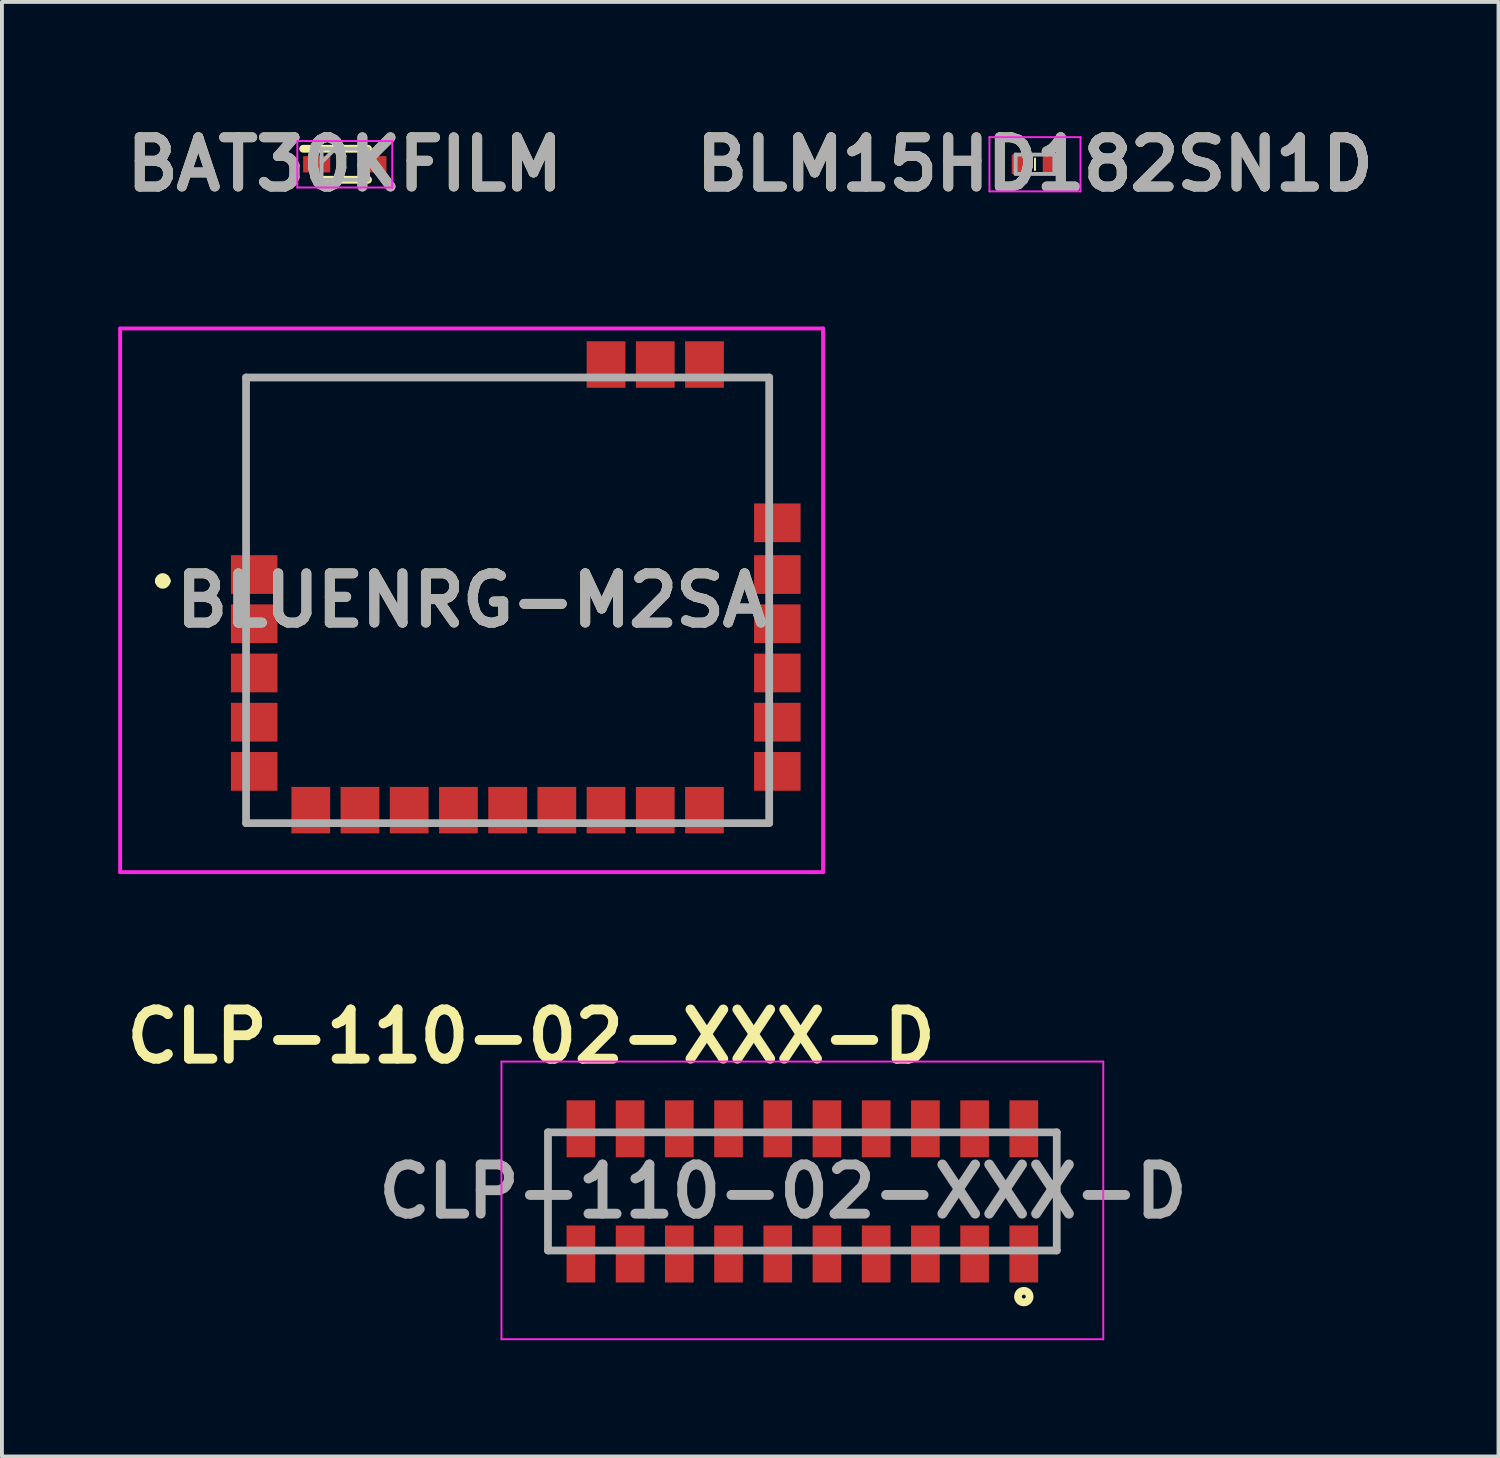
<source format=kicad_pcb>
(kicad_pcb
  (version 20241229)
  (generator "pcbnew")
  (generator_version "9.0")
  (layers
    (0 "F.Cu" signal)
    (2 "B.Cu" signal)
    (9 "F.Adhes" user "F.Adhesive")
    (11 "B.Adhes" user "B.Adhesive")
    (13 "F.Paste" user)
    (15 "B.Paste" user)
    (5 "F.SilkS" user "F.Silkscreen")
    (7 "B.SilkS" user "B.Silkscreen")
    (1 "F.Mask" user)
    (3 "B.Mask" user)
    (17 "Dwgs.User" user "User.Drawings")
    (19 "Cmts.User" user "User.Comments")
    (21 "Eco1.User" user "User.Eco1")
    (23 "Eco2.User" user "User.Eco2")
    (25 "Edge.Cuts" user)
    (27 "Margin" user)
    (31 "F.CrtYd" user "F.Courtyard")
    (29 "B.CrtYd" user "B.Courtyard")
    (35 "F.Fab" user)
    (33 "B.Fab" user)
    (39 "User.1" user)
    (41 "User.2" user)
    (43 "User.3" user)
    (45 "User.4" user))
  (footprint "BAT30KFILM"
    (layer "F.Cu")
    (at 5.848 1.189)
    (property "Reference" "BAT30KFILM" (at 0 0 0) (layer "F.SilkS") (effects (font (size 1.27 1.27) (thickness 0.254))))
    (attr smd)
    (fp_line (start -1.075 -0.4) (end 0.6 -0.4) (stroke (width 0.2) (type solid)) (layer "F.SilkS"))
    (fp_line (start -0.6 0.4) (end 0.6 0.4) (stroke (width 0.2) (type solid)) (layer "F.SilkS"))
    (fp_line (start -1.225 -0.6) (end 1.225 -0.6) (stroke (width 0.05) (type solid)) (layer "F.CrtYd"))
    (fp_line (start -1.225 0.6) (end -1.225 -0.6) (stroke (width 0.05) (type solid)) (layer "F.CrtYd"))
    (fp_line (start 1.225 -0.6) (end 1.225 0.6) (stroke (width 0.05) (type solid)) (layer "F.CrtYd"))
    (fp_line (start 1.225 0.6) (end -1.225 0.6) (stroke (width 0.05) (type solid)) (layer "F.CrtYd"))
    (fp_line (start -0.6 -0.4) (end 0.6 -0.4) (stroke (width 0.1) (type solid)) (layer "F.Fab"))
    (fp_line (start -0.6 -0.05) (end -0.25 -0.4) (stroke (width 0.1) (type solid)) (layer "F.Fab"))
    (fp_line (start -0.6 0.4) (end -0.6 -0.4) (stroke (width 0.1) (type solid)) (layer "F.Fab"))
    (fp_line (start 0.6 -0.4) (end 0.6 0.4) (stroke (width 0.1) (type solid)) (layer "F.Fab"))
    (fp_line (start 0.6 0.4) (end -0.6 0.4) (stroke (width 0.1) (type solid)) (layer "F.Fab"))
    (fp_text user "${REFERENCE}" (at 0 0 0) (layer "F.Fab") (effects (font (size 1.27 1.27) (thickness 0.254))))
    (pad "1" smd rect (at -0.725 0 90) (size 0.42 0.7) (layers "F.Cu" "F.Mask" "F.Paste"))
    (pad "2" smd rect (at 0.725 0 90) (size 0.42 0.7) (layers "F.Cu" "F.Mask" "F.Paste")))
  (footprint "CLP-110-02-XXX-D"
    (layer "F.Cu")
    (at 17.656 27.696)
    (property "Reference" "CLP-110-02-XXX-D" (at -7 -4 0) (layer "F.SilkS") (effects (font (size 1.27 1.27) (thickness 0.254))))
    (attr smd)
    (fp_line (start -6.565 1.525) (end -6.565 -1.525) (stroke (width 0.1) (type solid)) (layer "F.SilkS"))
    (fp_line (start 6.565 -1.525) (end 6.565 1.525) (stroke (width 0.1) (type solid)) (layer "F.SilkS"))
    (fp_circle (center 5.715 2.715) (end 5.715 2.765) (stroke (width 0.2) (type solid)) (fill no) (layer "F.SilkS"))
    (fp_line (start -7.765 -3.35) (end 7.765 -3.35) (stroke (width 0.05) (type solid)) (layer "F.CrtYd"))
    (fp_line (start -7.765 3.815) (end -7.765 -3.35) (stroke (width 0.05) (type solid)) (layer "F.CrtYd"))
    (fp_line (start 7.765 -3.35) (end 7.765 3.815) (stroke (width 0.05) (type solid)) (layer "F.CrtYd"))
    (fp_line (start 7.765 3.815) (end -7.765 3.815) (stroke (width 0.05) (type solid)) (layer "F.CrtYd"))
    (fp_line (start -6.565 -1.525) (end 6.565 -1.525) (stroke (width 0.2) (type solid)) (layer "F.Fab"))
    (fp_line (start -6.565 1.525) (end -6.565 -1.525) (stroke (width 0.2) (type solid)) (layer "F.Fab"))
    (fp_line (start 6.565 -1.525) (end 6.565 1.525) (stroke (width 0.2) (type solid)) (layer "F.Fab"))
    (fp_line (start 6.565 1.525) (end -6.565 1.525) (stroke (width 0.2) (type solid)) (layer "F.Fab"))
    (fp_text user "${REFERENCE}" (at -0.5 0 0) (layer "F.Fab") (effects (font (size 1.27 1.27) (thickness 0.254))))
    (pad "1" smd rect (at 5.715 1.615) (size 0.74 1.47) (layers "F.Cu" "F.Mask" "F.Paste"))
    (pad "2" smd rect (at 5.715 -1.615) (size 0.74 1.47) (layers "F.Cu" "F.Mask" "F.Paste"))
    (pad "3" smd rect (at 4.445 1.615) (size 0.74 1.47) (layers "F.Cu" "F.Mask" "F.Paste"))
    (pad "4" smd rect (at 4.445 -1.615) (size 0.74 1.47) (layers "F.Cu" "F.Mask" "F.Paste"))
    (pad "5" smd rect (at 3.175 1.615) (size 0.74 1.47) (layers "F.Cu" "F.Mask" "F.Paste"))
    (pad "6" smd rect (at 3.175 -1.615) (size 0.74 1.47) (layers "F.Cu" "F.Mask" "F.Paste"))
    (pad "7" smd rect (at 1.905 1.615) (size 0.74 1.47) (layers "F.Cu" "F.Mask" "F.Paste"))
    (pad "8" smd rect (at 1.905 -1.615) (size 0.74 1.47) (layers "F.Cu" "F.Mask" "F.Paste"))
    (pad "9" smd rect (at 0.635 1.615) (size 0.74 1.47) (layers "F.Cu" "F.Mask" "F.Paste"))
    (pad "10" smd rect (at 0.635 -1.615) (size 0.74 1.47) (layers "F.Cu" "F.Mask" "F.Paste"))
    (pad "11" smd rect (at -0.635 1.615) (size 0.74 1.47) (layers "F.Cu" "F.Mask" "F.Paste"))
    (pad "12" smd rect (at -0.635 -1.615) (size 0.74 1.47) (layers "F.Cu" "F.Mask" "F.Paste"))
    (pad "13" smd rect (at -1.905 1.615) (size 0.74 1.47) (layers "F.Cu" "F.Mask" "F.Paste"))
    (pad "14" smd rect (at -1.905 -1.615) (size 0.74 1.47) (layers "F.Cu" "F.Mask" "F.Paste"))
    (pad "15" smd rect (at -3.175 1.615) (size 0.74 1.47) (layers "F.Cu" "F.Mask" "F.Paste"))
    (pad "16" smd rect (at -3.175 -1.615) (size 0.74 1.47) (layers "F.Cu" "F.Mask" "F.Paste"))
    (pad "17" smd rect (at -4.445 1.615) (size 0.74 1.47) (layers "F.Cu" "F.Mask" "F.Paste"))
    (pad "18" smd rect (at -4.445 -1.615) (size 0.74 1.47) (layers "F.Cu" "F.Mask" "F.Paste"))
    (pad "19" smd rect (at -5.715 1.615) (size 0.74 1.47) (layers "F.Cu" "F.Mask" "F.Paste"))
    (pad "20" smd rect (at -5.715 -1.615) (size 0.74 1.47) (layers "F.Cu" "F.Mask" "F.Paste")))
  (footprint "BLM15HD182SN1D"
    (layer "F.Cu")
    (at 23.659 1.189)
    (property "Reference" "BLM15HD182SN1D" (at 0 0 0) (layer "F.SilkS") (effects (font (size 1.27 1.27) (thickness 0.254))))
    (attr smd)
    (fp_line (start 0 -0.15) (end 0 0.15) (stroke (width 0.05) (type solid)) (layer "F.SilkS"))
    (fp_line (start -1.175 -0.7) (end 1.175 -0.7) (stroke (width 0.05) (type solid)) (layer "F.CrtYd"))
    (fp_line (start -1.175 0.7) (end -1.175 -0.7) (stroke (width 0.05) (type solid)) (layer "F.CrtYd"))
    (fp_line (start 1.175 -0.7) (end 1.175 0.7) (stroke (width 0.05) (type solid)) (layer "F.CrtYd"))
    (fp_line (start 1.175 0.7) (end -1.175 0.7) (stroke (width 0.05) (type solid)) (layer "F.CrtYd"))
    (fp_line (start -0.5 -0.25) (end 0.5 -0.25) (stroke (width 0.1) (type solid)) (layer "F.Fab"))
    (fp_line (start -0.5 0.25) (end -0.5 -0.25) (stroke (width 0.1) (type solid)) (layer "F.Fab"))
    (fp_line (start 0.5 -0.25) (end 0.5 0.25) (stroke (width 0.1) (type solid)) (layer "F.Fab"))
    (fp_line (start 0.5 0.25) (end -0.5 0.25) (stroke (width 0.1) (type solid)) (layer "F.Fab"))
    (fp_text user "${REFERENCE}" (at 0 0 0) (layer "F.Fab") (effects (font (size 1.27 1.27) (thickness 0.254))))
    (pad "1" smd rect (at -0.4 0) (size 0.4 0.5) (layers "F.Cu" "F.Mask" "F.Paste"))
    (pad "2" smd rect (at 0.4 0) (size 0.4 0.5) (layers "F.Cu" "F.Mask" "F.Paste")))
  (footprint "BLUENRG-M2SA"
    (layer "F.Cu")
    (at 9.12 12.442)
    (property "Reference" "BLUENRG-M2SA" (at 0 0 0) (layer "F.SilkS") (effects (font (size 1.27 1.27) (thickness 0.254))))
    (attr smd)
    (fp_line (start -8.07 -0.5) (end -8.07 -0.5) (stroke (width 0.2) (type solid)) (layer "F.SilkS"))
    (fp_line (start -7.87 -0.5) (end -7.87 -0.5) (stroke (width 0.2) (type solid)) (layer "F.SilkS"))
    (fp_line (start -5.82 -5.75) (end -5.82 -2) (stroke (width 0.1) (type solid)) (layer "F.SilkS"))
    (fp_line (start 1.93 -5.75) (end -5.82 -5.75) (stroke (width 0.1) (type solid)) (layer "F.SilkS"))
    (fp_arc (start -8.07 -0.5) (mid -7.97 -0.6) (end -7.87 -0.5) (stroke (width 0.2) (type solid)) (layer "F.SilkS"))
    (fp_arc (start -7.87 -0.5) (mid -7.97 -0.4) (end -8.07 -0.5) (stroke (width 0.2) (type solid)) (layer "F.SilkS"))
    (fp_line (start -9.07 -7.015) (end 9.07 -7.015) (stroke (width 0.1) (type solid)) (layer "F.CrtYd"))
    (fp_line (start -9.07 7.015) (end -9.07 -7.015) (stroke (width 0.1) (type solid)) (layer "F.CrtYd"))
    (fp_line (start 9.07 -7.015) (end 9.07 7.015) (stroke (width 0.1) (type solid)) (layer "F.CrtYd"))
    (fp_line (start 9.07 7.015) (end -9.07 7.015) (stroke (width 0.1) (type solid)) (layer "F.CrtYd"))
    (fp_line (start -5.82 -5.75) (end 7.68 -5.75) (stroke (width 0.2) (type solid)) (layer "F.Fab"))
    (fp_line (start -5.82 5.75) (end -5.82 -5.75) (stroke (width 0.2) (type solid)) (layer "F.Fab"))
    (fp_line (start 7.68 -5.75) (end 7.68 5.75) (stroke (width 0.2) (type solid)) (layer "F.Fab"))
    (fp_line (start 7.68 5.75) (end -5.82 5.75) (stroke (width 0.2) (type solid)) (layer "F.Fab"))
    (fp_text user "${REFERENCE}" (at 0 0 0) (layer "F.Fab") (effects (font (size 1.27 1.27) (thickness 0.254))))
    (pad "1" smd rect (at -5.61 -0.665 90) (size 1 1.2) (layers "F.Cu" "F.Mask" "F.Paste"))
    (pad "2" smd rect (at -5.61 0.605 90) (size 1 1.2) (layers "F.Cu" "F.Mask" "F.Paste"))
    (pad "3" smd rect (at -5.61 1.875 90) (size 1 1.2) (layers "F.Cu" "F.Mask" "F.Paste"))
    (pad "4" smd rect (at -5.61 3.145 90) (size 1 1.2) (layers "F.Cu" "F.Mask" "F.Paste"))
    (pad "5" smd rect (at -5.61 4.415 90) (size 1 1.2) (layers "F.Cu" "F.Mask" "F.Paste"))
    (pad "6" smd rect (at -4.15 5.415) (size 1 1.2) (layers "F.Cu" "F.Mask" "F.Paste"))
    (pad "7" smd rect (at -2.88 5.415) (size 1 1.2) (layers "F.Cu" "F.Mask" "F.Paste"))
    (pad "8" smd rect (at -1.61 5.415) (size 1 1.2) (layers "F.Cu" "F.Mask" "F.Paste"))
    (pad "9" smd rect (at -0.34 5.415) (size 1 1.2) (layers "F.Cu" "F.Mask" "F.Paste"))
    (pad "10" smd rect (at 0.93 5.415) (size 1 1.2) (layers "F.Cu" "F.Mask" "F.Paste"))
    (pad "11" smd rect (at 2.2 5.415) (size 1 1.2) (layers "F.Cu" "F.Mask" "F.Paste"))
    (pad "12" smd rect (at 3.47 5.415) (size 1 1.2) (layers "F.Cu" "F.Mask" "F.Paste"))
    (pad "13" smd rect (at 4.74 5.415) (size 1 1.2) (layers "F.Cu" "F.Mask" "F.Paste"))
    (pad "14" smd rect (at 6.01 5.415) (size 1 1.2) (layers "F.Cu" "F.Mask" "F.Paste"))
    (pad "15" smd rect (at 7.89 4.415 90) (size 1 1.2) (layers "F.Cu" "F.Mask" "F.Paste"))
    (pad "16" smd rect (at 7.89 3.145 90) (size 1 1.2) (layers "F.Cu" "F.Mask" "F.Paste"))
    (pad "17" smd rect (at 7.89 1.875 90) (size 1 1.2) (layers "F.Cu" "F.Mask" "F.Paste"))
    (pad "18" smd rect (at 7.89 0.605 90) (size 1 1.2) (layers "F.Cu" "F.Mask" "F.Paste"))
    (pad "19" smd rect (at 7.89 -0.665 90) (size 1 1.2) (layers "F.Cu" "F.Mask" "F.Paste"))
    (pad "20" smd rect (at 7.89 -2 90) (size 1 1.2) (layers "F.Cu" "F.Mask" "F.Paste"))
    (pad "21" smd rect (at 6.01 -6.085) (size 1 1.2) (layers "F.Cu" "F.Mask" "F.Paste"))
    (pad "22" smd rect (at 4.74 -6.085) (size 1 1.2) (layers "F.Cu" "F.Mask" "F.Paste"))
    (pad "23" smd rect (at 3.47 -6.085) (size 1 1.2) (layers "F.Cu" "F.Mask" "F.Paste")))
  (gr_rect
    (start -3 -3)
    (end 35.621 34.536)
    (stroke (width 0.1) (type default))
    (fill no)
    (layer "Edge.Cuts")))
</source>
